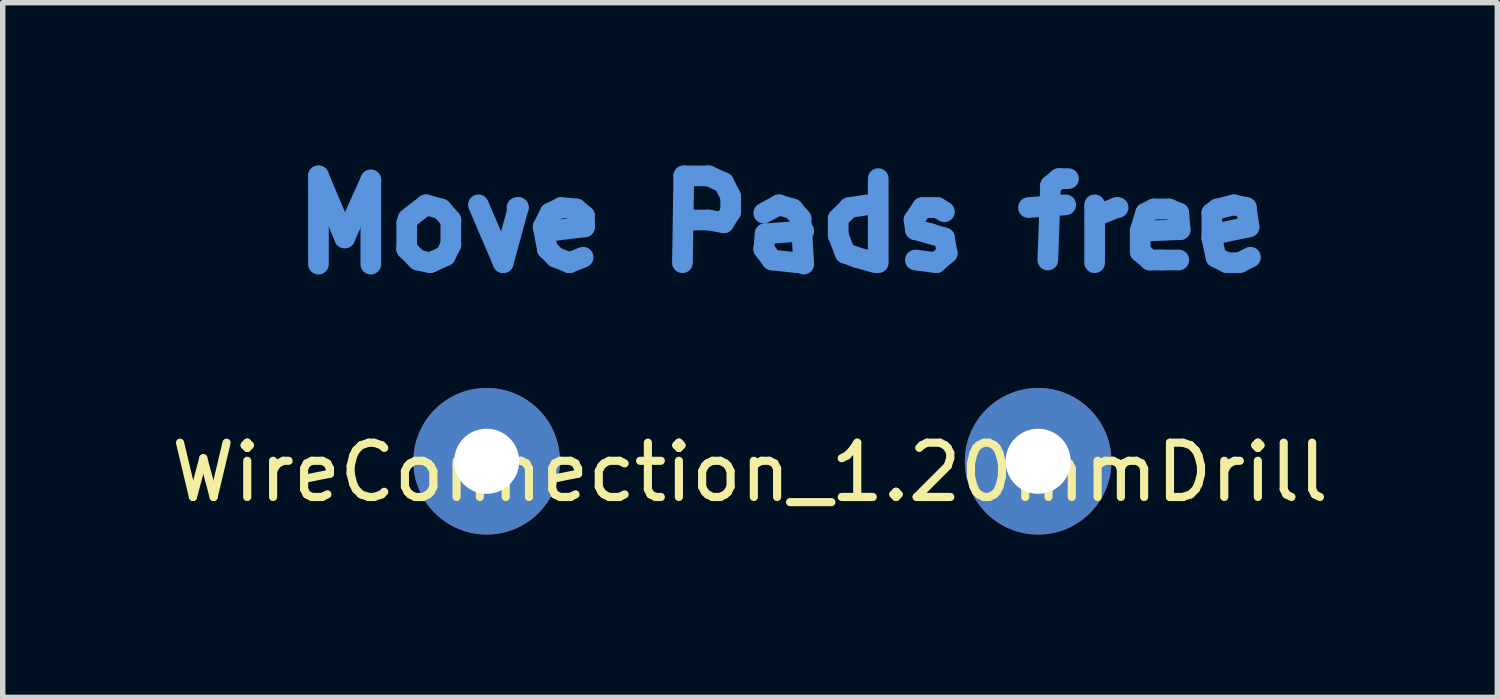
<source format=kicad_pcb>
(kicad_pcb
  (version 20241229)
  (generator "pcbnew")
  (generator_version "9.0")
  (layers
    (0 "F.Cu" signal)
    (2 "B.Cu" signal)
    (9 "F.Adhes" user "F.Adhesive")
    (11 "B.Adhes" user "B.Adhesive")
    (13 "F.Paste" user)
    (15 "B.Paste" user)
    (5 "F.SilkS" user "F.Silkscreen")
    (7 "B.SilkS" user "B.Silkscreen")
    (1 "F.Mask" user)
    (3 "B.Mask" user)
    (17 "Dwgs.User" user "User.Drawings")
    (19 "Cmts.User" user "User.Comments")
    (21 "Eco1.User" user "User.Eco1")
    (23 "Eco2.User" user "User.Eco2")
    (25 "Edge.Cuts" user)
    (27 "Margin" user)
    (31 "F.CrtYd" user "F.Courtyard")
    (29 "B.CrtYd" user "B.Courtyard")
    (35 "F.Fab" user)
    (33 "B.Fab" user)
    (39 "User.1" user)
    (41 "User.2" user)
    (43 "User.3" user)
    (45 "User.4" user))
  (footprint "WireConnection_1.20mmDrill"
    (layer "F.Cu")
    (at 5.916 5.448)
    (property "Reference" "WireConnection_1.20mmDrill" (at 4.851 0.203 0) (layer "F.SilkS") (effects (font (size 1 1) (thickness 0.15))))
    (attr through_hole)
    (fp_line (start -3.099 -5.258) (end -2.616 -4.115) (stroke (width 0.381) (type solid)) (layer "Cmts.User"))
    (fp_line (start -3.099 -3.632) (end -3.099 -5.258) (stroke (width 0.381) (type solid)) (layer "Cmts.User"))
    (fp_line (start -2.616 -4.115) (end -2.134 -5.182) (stroke (width 0.381) (type solid)) (layer "Cmts.User"))
    (fp_line (start -2.134 -5.182) (end -2.134 -3.632) (stroke (width 0.381) (type solid)) (layer "Cmts.User"))
    (fp_line (start -1.473 -4.394) (end -1.473 -3.912) (stroke (width 0.381) (type solid)) (layer "Cmts.User"))
    (fp_line (start -1.473 -3.912) (end -1.27 -3.708) (stroke (width 0.381) (type solid)) (layer "Cmts.User"))
    (fp_line (start -1.27 -3.708) (end -1.041 -3.658) (stroke (width 0.381) (type solid)) (layer "Cmts.User"))
    (fp_line (start -1.118 -4.724) (end -1.448 -4.47) (stroke (width 0.381) (type solid)) (layer "Cmts.User"))
    (fp_line (start -1.041 -3.658) (end -0.762 -3.785) (stroke (width 0.381) (type solid)) (layer "Cmts.User"))
    (fp_line (start -0.838 -4.648) (end -1.118 -4.724) (stroke (width 0.381) (type solid)) (layer "Cmts.User"))
    (fp_line (start -0.762 -3.785) (end -0.66 -3.988) (stroke (width 0.381) (type solid)) (layer "Cmts.User"))
    (fp_line (start -0.66 -4.445) (end -0.838 -4.648) (stroke (width 0.381) (type solid)) (layer "Cmts.User"))
    (fp_line (start -0.66 -3.988) (end -0.66 -4.445) (stroke (width 0.381) (type solid)) (layer "Cmts.User"))
    (fp_line (start -0.152 -4.724) (end 0.305 -3.658) (stroke (width 0.381) (type solid)) (layer "Cmts.User"))
    (fp_line (start 0.305 -3.658) (end 0.584 -4.674) (stroke (width 0.381) (type solid)) (layer "Cmts.User"))
    (fp_line (start 0.584 -4.674) (end 0.559 -4.674) (stroke (width 0.381) (type solid)) (layer "Cmts.User"))
    (fp_line (start 1.041 -4.318) (end 1.168 -4.572) (stroke (width 0.381) (type solid)) (layer "Cmts.User"))
    (fp_line (start 1.118 -3.912) (end 1.041 -4.318) (stroke (width 0.381) (type solid)) (layer "Cmts.User"))
    (fp_line (start 1.168 -4.572) (end 1.372 -4.674) (stroke (width 0.381) (type solid)) (layer "Cmts.User"))
    (fp_line (start 1.27 -3.759) (end 1.118 -3.912) (stroke (width 0.381) (type solid)) (layer "Cmts.User"))
    (fp_line (start 1.372 -4.674) (end 1.651 -4.648) (stroke (width 0.381) (type solid)) (layer "Cmts.User"))
    (fp_line (start 1.524 -3.658) (end 1.27 -3.759) (stroke (width 0.381) (type solid)) (layer "Cmts.User"))
    (fp_line (start 1.651 -4.648) (end 1.803 -4.521) (stroke (width 0.381) (type solid)) (layer "Cmts.User"))
    (fp_line (start 1.778 -3.759) (end 1.524 -3.658) (stroke (width 0.381) (type solid)) (layer "Cmts.User"))
    (fp_line (start 1.803 -4.521) (end 1.803 -4.318) (stroke (width 0.381) (type solid)) (layer "Cmts.User"))
    (fp_line (start 1.803 -4.318) (end 1.168 -4.242) (stroke (width 0.381) (type solid)) (layer "Cmts.User"))
    (fp_line (start 3.607 -3.658) (end 3.632 -5.258) (stroke (width 0.381) (type solid)) (layer "Cmts.User"))
    (fp_line (start 3.632 -5.258) (end 4.089 -5.258) (stroke (width 0.381) (type solid)) (layer "Cmts.User"))
    (fp_line (start 4.089 -5.258) (end 4.369 -5.131) (stroke (width 0.381) (type solid)) (layer "Cmts.User"))
    (fp_line (start 4.089 -4.445) (end 3.632 -4.445) (stroke (width 0.381) (type solid)) (layer "Cmts.User"))
    (fp_line (start 4.369 -5.131) (end 4.496 -4.877) (stroke (width 0.381) (type solid)) (layer "Cmts.User"))
    (fp_line (start 4.369 -4.394) (end 4.089 -4.445) (stroke (width 0.381) (type solid)) (layer "Cmts.User"))
    (fp_line (start 4.496 -4.877) (end 4.496 -4.597) (stroke (width 0.381) (type solid)) (layer "Cmts.User"))
    (fp_line (start 4.496 -4.597) (end 4.369 -4.394) (stroke (width 0.381) (type solid)) (layer "Cmts.User"))
    (fp_line (start 5.105 -4.572) (end 5.385 -4.724) (stroke (width 0.381) (type solid)) (layer "Cmts.User"))
    (fp_line (start 5.105 -3.912) (end 5.131 -4.191) (stroke (width 0.381) (type solid)) (layer "Cmts.User"))
    (fp_line (start 5.131 -4.191) (end 5.842 -4.242) (stroke (width 0.381) (type solid)) (layer "Cmts.User"))
    (fp_line (start 5.258 -3.708) (end 5.105 -3.912) (stroke (width 0.381) (type solid)) (layer "Cmts.User"))
    (fp_line (start 5.385 -4.724) (end 5.639 -4.648) (stroke (width 0.381) (type solid)) (layer "Cmts.User"))
    (fp_line (start 5.639 -4.648) (end 5.791 -4.47) (stroke (width 0.381) (type solid)) (layer "Cmts.User"))
    (fp_line (start 5.715 -3.658) (end 5.258 -3.708) (stroke (width 0.381) (type solid)) (layer "Cmts.User"))
    (fp_line (start 5.791 -4.47) (end 5.842 -3.632) (stroke (width 0.381) (type solid)) (layer "Cmts.User"))
    (fp_line (start 6.477 -4.47) (end 6.68 -4.674) (stroke (width 0.381) (type solid)) (layer "Cmts.User"))
    (fp_line (start 6.477 -4.166) (end 6.477 -4.47) (stroke (width 0.381) (type solid)) (layer "Cmts.User"))
    (fp_line (start 6.604 -3.835) (end 6.477 -4.166) (stroke (width 0.381) (type solid)) (layer "Cmts.User"))
    (fp_line (start 6.68 -4.674) (end 7.01 -4.724) (stroke (width 0.381) (type solid)) (layer "Cmts.User"))
    (fp_line (start 6.807 -3.759) (end 6.604 -3.835) (stroke (width 0.381) (type solid)) (layer "Cmts.User"))
    (fp_line (start 7.163 -3.658) (end 6.807 -3.759) (stroke (width 0.381) (type solid)) (layer "Cmts.User"))
    (fp_line (start 7.214 -5.207) (end 7.214 -3.658) (stroke (width 0.381) (type solid)) (layer "Cmts.User"))
    (fp_line (start 7.874 -4.445) (end 7.899 -4.267) (stroke (width 0.381) (type solid)) (layer "Cmts.User"))
    (fp_line (start 7.899 -4.267) (end 8.179 -4.191) (stroke (width 0.381) (type solid)) (layer "Cmts.User"))
    (fp_line (start 8.026 -4.674) (end 7.874 -4.445) (stroke (width 0.381) (type solid)) (layer "Cmts.User"))
    (fp_line (start 8.179 -4.191) (end 8.433 -4.115) (stroke (width 0.381) (type solid)) (layer "Cmts.User"))
    (fp_line (start 8.28 -3.658) (end 7.899 -3.708) (stroke (width 0.381) (type solid)) (layer "Cmts.User"))
    (fp_line (start 8.306 -4.674) (end 8.026 -4.674) (stroke (width 0.381) (type solid)) (layer "Cmts.User"))
    (fp_line (start 8.433 -4.597) (end 8.306 -4.674) (stroke (width 0.381) (type solid)) (layer "Cmts.User"))
    (fp_line (start 8.433 -4.115) (end 8.484 -3.835) (stroke (width 0.381) (type solid)) (layer "Cmts.User"))
    (fp_line (start 8.484 -3.835) (end 8.28 -3.658) (stroke (width 0.381) (type solid)) (layer "Cmts.User"))
    (fp_line (start 9.982 -4.674) (end 10.668 -4.724) (stroke (width 0.381) (type solid)) (layer "Cmts.User"))
    (fp_line (start 10.389 -5.08) (end 10.338 -3.708) (stroke (width 0.381) (type solid)) (layer "Cmts.User"))
    (fp_line (start 10.541 -5.207) (end 10.389 -5.08) (stroke (width 0.381) (type solid)) (layer "Cmts.User"))
    (fp_line (start 10.719 -5.207) (end 10.541 -5.207) (stroke (width 0.381) (type solid)) (layer "Cmts.User"))
    (fp_line (start 11.201 -4.724) (end 11.201 -3.658) (stroke (width 0.381) (type solid)) (layer "Cmts.User"))
    (fp_line (start 11.227 -4.521) (end 11.608 -4.674) (stroke (width 0.381) (type solid)) (layer "Cmts.User"))
    (fp_line (start 11.608 -4.674) (end 11.633 -4.674) (stroke (width 0.381) (type solid)) (layer "Cmts.User"))
    (fp_line (start 12.04 -4.242) (end 12.141 -4.572) (stroke (width 0.381) (type solid)) (layer "Cmts.User"))
    (fp_line (start 12.04 -3.861) (end 12.04 -4.242) (stroke (width 0.381) (type solid)) (layer "Cmts.User"))
    (fp_line (start 12.141 -4.572) (end 12.294 -4.648) (stroke (width 0.381) (type solid)) (layer "Cmts.User"))
    (fp_line (start 12.217 -3.708) (end 12.04 -3.861) (stroke (width 0.381) (type solid)) (layer "Cmts.User"))
    (fp_line (start 12.294 -4.648) (end 12.573 -4.648) (stroke (width 0.381) (type solid)) (layer "Cmts.User"))
    (fp_line (start 12.421 -3.708) (end 12.217 -3.708) (stroke (width 0.381) (type solid)) (layer "Cmts.User"))
    (fp_line (start 12.573 -4.648) (end 12.751 -4.572) (stroke (width 0.381) (type solid)) (layer "Cmts.User"))
    (fp_line (start 12.751 -4.572) (end 12.776 -4.267) (stroke (width 0.381) (type solid)) (layer "Cmts.User"))
    (fp_line (start 12.751 -3.708) (end 12.421 -3.708) (stroke (width 0.381) (type solid)) (layer "Cmts.User"))
    (fp_line (start 12.776 -4.267) (end 12.141 -4.242) (stroke (width 0.381) (type solid)) (layer "Cmts.User"))
    (fp_line (start 13.36 -4.572) (end 13.462 -4.648) (stroke (width 0.381) (type solid)) (layer "Cmts.User"))
    (fp_line (start 13.36 -4.115) (end 13.36 -4.572) (stroke (width 0.381) (type solid)) (layer "Cmts.User"))
    (fp_line (start 13.437 -4.191) (end 13.437 -4.242) (stroke (width 0.381) (type solid)) (layer "Cmts.User"))
    (fp_line (start 13.437 -3.759) (end 13.36 -4.115) (stroke (width 0.381) (type solid)) (layer "Cmts.User"))
    (fp_line (start 13.462 -4.648) (end 13.767 -4.724) (stroke (width 0.381) (type solid)) (layer "Cmts.User"))
    (fp_line (start 13.64 -3.658) (end 13.437 -3.759) (stroke (width 0.381) (type solid)) (layer "Cmts.User"))
    (fp_line (start 13.767 -4.724) (end 13.995 -4.674) (stroke (width 0.381) (type solid)) (layer "Cmts.User"))
    (fp_line (start 13.868 -3.658) (end 13.64 -3.658) (stroke (width 0.381) (type solid)) (layer "Cmts.User"))
    (fp_line (start 13.995 -4.674) (end 14.046 -4.318) (stroke (width 0.381) (type solid)) (layer "Cmts.User"))
    (fp_line (start 14.046 -4.318) (end 13.437 -4.191) (stroke (width 0.381) (type solid)) (layer "Cmts.User"))
    (fp_line (start 14.072 -3.759) (end 13.868 -3.658) (stroke (width 0.381) (type solid)) (layer "Cmts.User"))
    (pad "1" thru_hole circle (at 0 0) (size 2.7 2.7) (drill 1.199) (layers "*.Cu" "*.Mask"))
    (pad "2" thru_hole circle (at 10.16 0) (size 2.7 2.7) (drill 1.199) (layers "*.Cu" "*.Mask")))
  (gr_rect
    (start -3 -3)
    (end 24.536 9.798)
    (stroke (width 0.1) (type default))
    (fill no)
    (layer "Edge.Cuts")))
</source>
